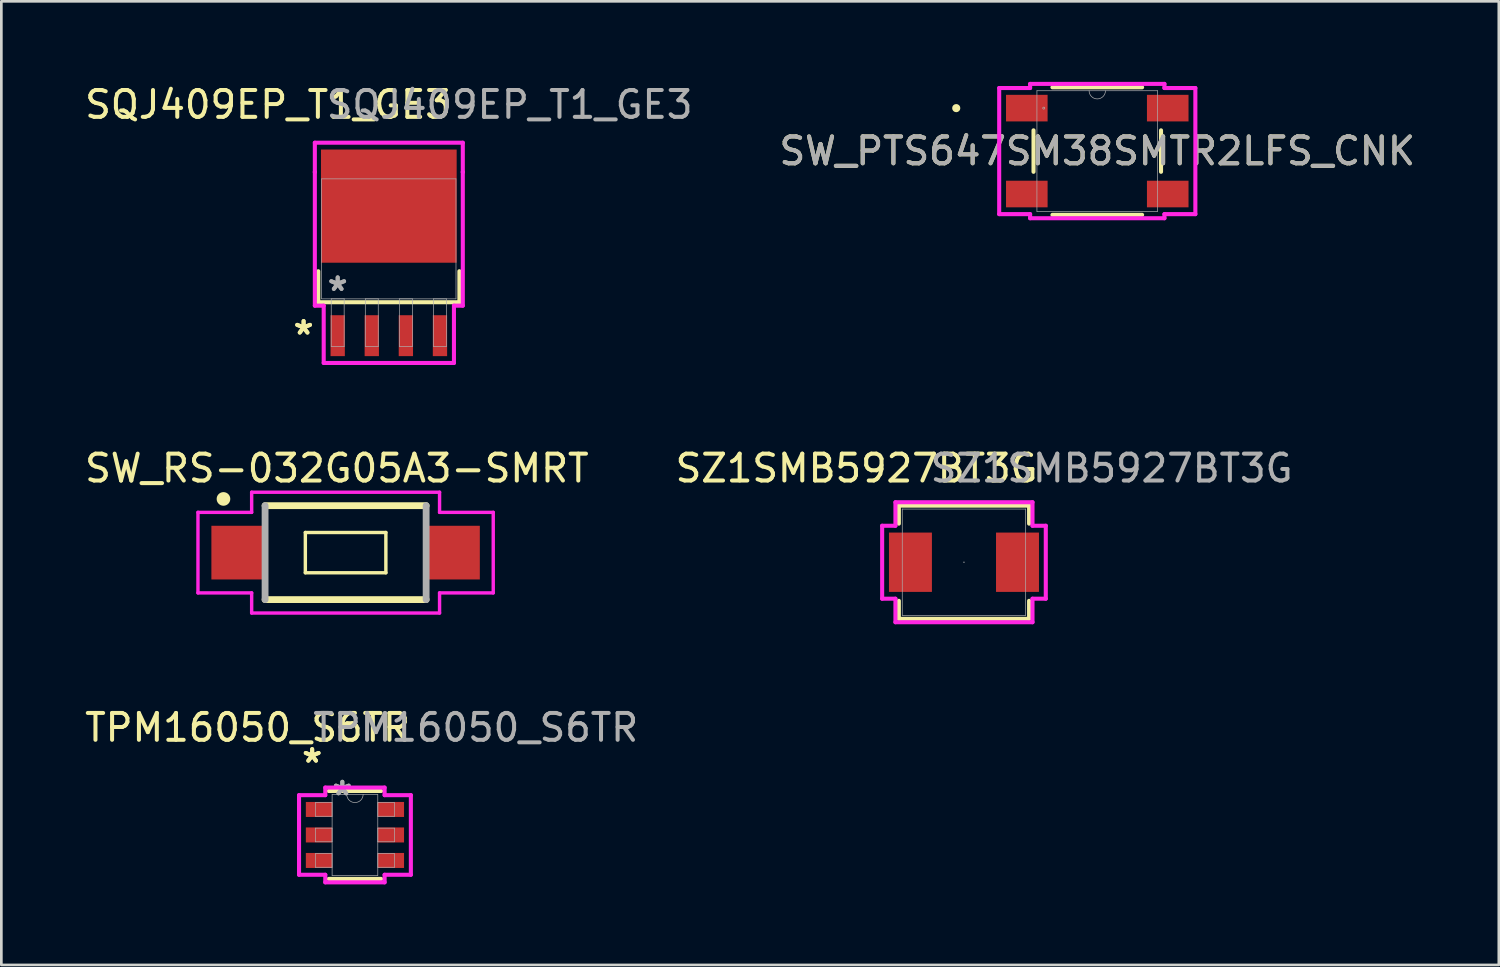
<source format=kicad_pcb>
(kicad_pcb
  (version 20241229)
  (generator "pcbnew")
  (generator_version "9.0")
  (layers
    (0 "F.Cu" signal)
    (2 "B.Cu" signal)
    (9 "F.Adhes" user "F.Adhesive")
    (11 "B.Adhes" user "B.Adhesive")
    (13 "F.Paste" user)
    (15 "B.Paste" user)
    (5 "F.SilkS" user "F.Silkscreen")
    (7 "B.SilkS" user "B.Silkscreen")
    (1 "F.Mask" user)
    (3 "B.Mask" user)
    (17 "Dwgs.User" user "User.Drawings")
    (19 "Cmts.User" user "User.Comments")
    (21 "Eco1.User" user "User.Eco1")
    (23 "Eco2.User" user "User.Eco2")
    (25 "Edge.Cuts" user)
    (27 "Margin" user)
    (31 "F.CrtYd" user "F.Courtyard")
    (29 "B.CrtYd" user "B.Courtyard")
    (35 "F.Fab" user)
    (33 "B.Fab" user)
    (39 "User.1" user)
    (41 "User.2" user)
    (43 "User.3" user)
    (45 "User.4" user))
  (footprint "SZ1SMB5927BT3G"
    (layer "F.Cu")
    (at 32.861 17.895)
    (property "Reference" "SZ1SMB5927BT3G" (at -4 -3.5 0) (unlocked yes) (layer "F.SilkS") (effects (font (size 1 1) (thickness 0.15))))
    (attr smd)
    (fp_line (start -2.426 -2.108) (end -2.426 -1.438) (stroke (width 0.152) (type solid)) (layer "F.SilkS"))
    (fp_line (start -2.426 1.438) (end -2.426 2.108) (stroke (width 0.152) (type solid)) (layer "F.SilkS"))
    (fp_line (start -2.426 2.108) (end 2.426 2.108) (stroke (width 0.152) (type solid)) (layer "F.SilkS"))
    (fp_line (start 2.426 -2.108) (end -2.426 -2.108) (stroke (width 0.152) (type solid)) (layer "F.SilkS"))
    (fp_line (start 2.426 -1.438) (end 2.426 -2.108) (stroke (width 0.152) (type solid)) (layer "F.SilkS"))
    (fp_line (start 2.426 2.108) (end 2.426 1.438) (stroke (width 0.152) (type solid)) (layer "F.SilkS"))
    (fp_line (start -3.048 -1.359) (end -2.553 -1.359) (stroke (width 0.152) (type solid)) (layer "F.CrtYd"))
    (fp_line (start -3.048 1.359) (end -3.048 -1.359) (stroke (width 0.152) (type solid)) (layer "F.CrtYd"))
    (fp_line (start -3.048 1.359) (end -2.553 1.359) (stroke (width 0.152) (type solid)) (layer "F.CrtYd"))
    (fp_line (start -2.553 -2.235) (end 2.553 -2.235) (stroke (width 0.152) (type solid)) (layer "F.CrtYd"))
    (fp_line (start -2.553 -1.359) (end -2.553 -2.235) (stroke (width 0.152) (type solid)) (layer "F.CrtYd"))
    (fp_line (start -2.553 2.235) (end -2.553 1.359) (stroke (width 0.152) (type solid)) (layer "F.CrtYd"))
    (fp_line (start 2.553 -2.235) (end 2.553 -1.359) (stroke (width 0.152) (type solid)) (layer "F.CrtYd"))
    (fp_line (start 2.553 1.359) (end 2.553 2.235) (stroke (width 0.152) (type solid)) (layer "F.CrtYd"))
    (fp_line (start 2.553 2.235) (end -2.553 2.235) (stroke (width 0.152) (type solid)) (layer "F.CrtYd"))
    (fp_line (start 3.048 -1.359) (end 2.553 -1.359) (stroke (width 0.152) (type solid)) (layer "F.CrtYd"))
    (fp_line (start 3.048 -1.359) (end 3.048 1.359) (stroke (width 0.152) (type solid)) (layer "F.CrtYd"))
    (fp_line (start 3.048 1.359) (end 2.553 1.359) (stroke (width 0.152) (type solid)) (layer "F.CrtYd"))
    (fp_line (start -2.299 -1.981) (end -2.299 1.981) (stroke (width 0.025) (type solid)) (layer "F.Fab"))
    (fp_line (start -2.299 1.981) (end 2.299 1.981) (stroke (width 0.025) (type solid)) (layer "F.Fab"))
    (fp_line (start 2.299 -1.981) (end -2.299 -1.981) (stroke (width 0.025) (type solid)) (layer "F.Fab"))
    (fp_line (start 2.299 1.981) (end 2.299 -1.981) (stroke (width 0.025) (type solid)) (layer "F.Fab"))
    (fp_circle (center 0 0) (end 0 0) (stroke (width 0.025) (type solid)) (fill no) (layer "F.Fab"))
    (fp_text user "${REFERENCE}" (at 5.5 -3.5 0) (unlocked yes) (layer "F.Fab") (effects (font (size 1 1) (thickness 0.15))))
    (pad "1" smd rect (at -1.994 0) (size 1.6 2.21) (layers "F.Cu" "F.Mask" "F.Paste"))
    (pad "2" smd rect (at 1.994 0) (size 1.6 2.21) (layers "F.Cu" "F.Mask" "F.Paste")))
  (footprint "TPM16050_S6TR"
    (layer "F.Cu")
    (at 10.173 28.055)
    (property "Reference" "TPM16050_S6TR" (at -4 -4 0) (unlocked yes) (layer "F.SilkS") (effects (font (size 1 1) (thickness 0.15))))
    (attr smd)
    (fp_line (start -0.978 1.638) (end 0.978 1.638) (stroke (width 0.152) (type solid)) (layer "F.SilkS"))
    (fp_line (start 0.978 -1.638) (end -0.978 -1.638) (stroke (width 0.152) (type solid)) (layer "F.SilkS"))
    (fp_line (start -2.083 -1.483) (end -1.105 -1.483) (stroke (width 0.152) (type solid)) (layer "F.CrtYd"))
    (fp_line (start -2.083 1.483) (end -2.083 -1.483) (stroke (width 0.152) (type solid)) (layer "F.CrtYd"))
    (fp_line (start -2.083 1.483) (end -1.105 1.483) (stroke (width 0.152) (type solid)) (layer "F.CrtYd"))
    (fp_line (start -1.105 -1.765) (end 1.105 -1.765) (stroke (width 0.152) (type solid)) (layer "F.CrtYd"))
    (fp_line (start -1.105 -1.483) (end -1.105 -1.765) (stroke (width 0.152) (type solid)) (layer "F.CrtYd"))
    (fp_line (start -1.105 1.765) (end -1.105 1.483) (stroke (width 0.152) (type solid)) (layer "F.CrtYd"))
    (fp_line (start 1.105 -1.765) (end 1.105 -1.483) (stroke (width 0.152) (type solid)) (layer "F.CrtYd"))
    (fp_line (start 1.105 1.483) (end 1.105 1.765) (stroke (width 0.152) (type solid)) (layer "F.CrtYd"))
    (fp_line (start 1.105 1.765) (end -1.105 1.765) (stroke (width 0.152) (type solid)) (layer "F.CrtYd"))
    (fp_line (start 2.083 -1.483) (end 1.105 -1.483) (stroke (width 0.152) (type solid)) (layer "F.CrtYd"))
    (fp_line (start 2.083 -1.483) (end 2.083 1.483) (stroke (width 0.152) (type solid)) (layer "F.CrtYd"))
    (fp_line (start 2.083 1.483) (end 1.105 1.483) (stroke (width 0.152) (type solid)) (layer "F.CrtYd"))
    (fp_line (start -1.473 -1.204) (end -1.473 -0.696) (stroke (width 0.025) (type solid)) (layer "F.Fab"))
    (fp_line (start -1.473 -0.696) (end -0.851 -0.696) (stroke (width 0.025) (type solid)) (layer "F.Fab"))
    (fp_line (start -1.473 -0.254) (end -1.473 0.254) (stroke (width 0.025) (type solid)) (layer "F.Fab"))
    (fp_line (start -1.473 0.254) (end -0.851 0.254) (stroke (width 0.025) (type solid)) (layer "F.Fab"))
    (fp_line (start -1.473 0.696) (end -1.473 1.204) (stroke (width 0.025) (type solid)) (layer "F.Fab"))
    (fp_line (start -1.473 1.204) (end -0.851 1.204) (stroke (width 0.025) (type solid)) (layer "F.Fab"))
    (fp_line (start -0.851 -1.511) (end -0.851 1.511) (stroke (width 0.025) (type solid)) (layer "F.Fab"))
    (fp_line (start -0.851 -1.204) (end -1.473 -1.204) (stroke (width 0.025) (type solid)) (layer "F.Fab"))
    (fp_line (start -0.851 -0.696) (end -0.851 -1.204) (stroke (width 0.025) (type solid)) (layer "F.Fab"))
    (fp_line (start -0.851 -0.254) (end -1.473 -0.254) (stroke (width 0.025) (type solid)) (layer "F.Fab"))
    (fp_line (start -0.851 0.254) (end -0.851 -0.254) (stroke (width 0.025) (type solid)) (layer "F.Fab"))
    (fp_line (start -0.851 0.696) (end -1.473 0.696) (stroke (width 0.025) (type solid)) (layer "F.Fab"))
    (fp_line (start -0.851 1.204) (end -0.851 0.696) (stroke (width 0.025) (type solid)) (layer "F.Fab"))
    (fp_line (start -0.851 1.511) (end 0.851 1.511) (stroke (width 0.025) (type solid)) (layer "F.Fab"))
    (fp_line (start 0.851 -1.511) (end -0.851 -1.511) (stroke (width 0.025) (type solid)) (layer "F.Fab"))
    (fp_line (start 0.851 -1.204) (end 0.851 -0.696) (stroke (width 0.025) (type solid)) (layer "F.Fab"))
    (fp_line (start 0.851 -0.696) (end 1.473 -0.696) (stroke (width 0.025) (type solid)) (layer "F.Fab"))
    (fp_line (start 0.851 -0.254) (end 0.851 0.254) (stroke (width 0.025) (type solid)) (layer "F.Fab"))
    (fp_line (start 0.851 0.254) (end 1.473 0.254) (stroke (width 0.025) (type solid)) (layer "F.Fab"))
    (fp_line (start 0.851 0.696) (end 0.851 1.204) (stroke (width 0.025) (type solid)) (layer "F.Fab"))
    (fp_line (start 0.851 1.204) (end 1.473 1.204) (stroke (width 0.025) (type solid)) (layer "F.Fab"))
    (fp_line (start 0.851 1.511) (end 0.851 -1.511) (stroke (width 0.025) (type solid)) (layer "F.Fab"))
    (fp_line (start 1.473 -1.204) (end 0.851 -1.204) (stroke (width 0.025) (type solid)) (layer "F.Fab"))
    (fp_line (start 1.473 -0.696) (end 1.473 -1.204) (stroke (width 0.025) (type solid)) (layer "F.Fab"))
    (fp_line (start 1.473 -0.254) (end 0.851 -0.254) (stroke (width 0.025) (type solid)) (layer "F.Fab"))
    (fp_line (start 1.473 0.254) (end 1.473 -0.254) (stroke (width 0.025) (type solid)) (layer "F.Fab"))
    (fp_line (start 1.473 0.696) (end 0.851 0.696) (stroke (width 0.025) (type solid)) (layer "F.Fab"))
    (fp_line (start 1.473 1.204) (end 1.473 0.696) (stroke (width 0.025) (type solid)) (layer "F.Fab"))
    (fp_arc (start 0.3048 -1.5113) (mid 0 -1.2065) (end -0.3048 -1.5113) (stroke (width 0.0254) (type solid)) (layer "F.Fab"))
    (fp_text user "*" (at -1.594 -2.652 0) (layer "F.SilkS") (effects (font (size 1 1) (thickness 0.15))))
    (fp_text user "*" (at -1.594 -2.652 0) (unlocked yes) (layer "F.SilkS") (effects (font (size 1 1) (thickness 0.15))))
    (fp_text user "*" (at -0.47 -1.435 0) (layer "F.Fab") (effects (font (size 1 1) (thickness 0.15))))
    (fp_text user "${REFERENCE}" (at 4.5 -4 0) (unlocked yes) (layer "F.Fab") (effects (font (size 1 1) (thickness 0.15))))
    (fp_text user "*" (at -0.47 -1.435 0) (unlocked yes) (layer "F.Fab") (effects (font (size 1 1) (thickness 0.15))))
    (pad "1" smd rect (at -1.34 -0.95) (size 0.978 0.559) (layers "F.Cu" "F.Mask" "F.Paste"))
    (pad "2" smd rect (at -1.34 0) (size 0.978 0.559) (layers "F.Cu" "F.Mask" "F.Paste"))
    (pad "3" smd rect (at -1.34 0.95) (size 0.978 0.559) (layers "F.Cu" "F.Mask" "F.Paste"))
    (pad "4" smd rect (at 1.34 0.95) (size 0.978 0.559) (layers "F.Cu" "F.Mask" "F.Paste"))
    (pad "5" smd rect (at 1.34 0) (size 0.978 0.559) (layers "F.Cu" "F.Mask" "F.Paste"))
    (pad "6" smd rect (at 1.34 -0.95) (size 0.978 0.559) (layers "F.Cu" "F.Mask" "F.Paste")))
  (footprint "SW_PTS647SM38SMTR2LFS_CNK"
    (layer "F.Cu")
    (at 37.827 2.578)
    (property "Reference" "SW_PTS647SM38SMTR2LFS_CNK" (at 0 0 0) (unlocked yes) (layer "F.SilkS") (effects (font (size 1 1) (thickness 0.15))))
    (attr smd)
    (fp_line (start -2.375 -0.772) (end -2.375 0.772) (stroke (width 0.152) (type solid)) (layer "F.SilkS"))
    (fp_line (start -1.67 2.375) (end 1.67 2.375) (stroke (width 0.152) (type solid)) (layer "F.SilkS"))
    (fp_line (start 1.67 -2.375) (end -1.67 -2.375) (stroke (width 0.152) (type solid)) (layer "F.SilkS"))
    (fp_line (start 2.375 0.772) (end 2.375 -0.772) (stroke (width 0.152) (type solid)) (layer "F.SilkS"))
    (fp_circle (center -5.254 -1.6) (end -5.178 -1.6) (stroke (width 0.152) (type solid)) (fill no) (layer "F.SilkS"))
    (fp_line (start -3.654 -2.349) (end -2.502 -2.349) (stroke (width 0.152) (type solid)) (layer "F.CrtYd"))
    (fp_line (start -3.654 2.349) (end -3.654 -2.349) (stroke (width 0.152) (type solid)) (layer "F.CrtYd"))
    (fp_line (start -3.654 2.349) (end -2.502 2.349) (stroke (width 0.152) (type solid)) (layer "F.CrtYd"))
    (fp_line (start -2.502 -2.502) (end 2.502 -2.502) (stroke (width 0.152) (type solid)) (layer "F.CrtYd"))
    (fp_line (start -2.502 -2.349) (end -2.502 -2.502) (stroke (width 0.152) (type solid)) (layer "F.CrtYd"))
    (fp_line (start -2.502 2.502) (end -2.502 2.349) (stroke (width 0.152) (type solid)) (layer "F.CrtYd"))
    (fp_line (start 2.502 -2.502) (end 2.502 -2.349) (stroke (width 0.152) (type solid)) (layer "F.CrtYd"))
    (fp_line (start 2.502 2.349) (end 2.502 2.502) (stroke (width 0.152) (type solid)) (layer "F.CrtYd"))
    (fp_line (start 2.502 2.502) (end -2.502 2.502) (stroke (width 0.152) (type solid)) (layer "F.CrtYd"))
    (fp_line (start 3.654 -2.349) (end 2.502 -2.349) (stroke (width 0.152) (type solid)) (layer "F.CrtYd"))
    (fp_line (start 3.654 -2.349) (end 3.654 2.349) (stroke (width 0.152) (type solid)) (layer "F.CrtYd"))
    (fp_line (start 3.654 2.349) (end 2.502 2.349) (stroke (width 0.152) (type solid)) (layer "F.CrtYd"))
    (fp_line (start -2.248 -2.248) (end -2.248 2.248) (stroke (width 0.025) (type solid)) (layer "F.Fab"))
    (fp_line (start -2.248 2.248) (end 2.248 2.248) (stroke (width 0.025) (type solid)) (layer "F.Fab"))
    (fp_line (start 2.248 -2.248) (end -2.248 -2.248) (stroke (width 0.025) (type solid)) (layer "F.Fab"))
    (fp_line (start 2.248 2.248) (end 2.248 -2.248) (stroke (width 0.025) (type solid)) (layer "F.Fab"))
    (fp_arc (start 0.3048 -2.2479) (mid 0 -1.9431) (end -0.3048 -2.2479) (stroke (width 0.0254) (type solid)) (layer "F.Fab"))
    (fp_circle (center -1.994 -1.6) (end -1.956 -1.6) (stroke (width 0.025) (type solid)) (fill no) (layer "F.Fab"))
    (fp_text user "${REFERENCE}" (at 0 0 0) (unlocked yes) (layer "F.Fab") (effects (font (size 1 1) (thickness 0.15))))
    (pad "1" smd rect (at -2.625 -1.6) (size 1.549 0.991) (layers "F.Cu" "F.Mask" "F.Paste"))
    (pad "2" smd rect (at 2.625 -1.6) (size 1.549 0.991) (layers "F.Cu" "F.Mask" "F.Paste"))
    (pad "3" smd rect (at -2.625 1.6) (size 1.549 0.991) (layers "F.Cu" "F.Mask" "F.Paste"))
    (pad "4" smd rect (at 2.625 1.6) (size 1.549 0.991) (layers "F.Cu" "F.Mask" "F.Paste")))
  (footprint "SW_RS-032G05A3-SMRT"
    (layer "F.Cu")
    (at 9.825 17.537)
    (property "Reference" "SW_RS-032G05A3-SMRT" (at -0.326 -3.141 0) (layer "F.SilkS") (effects (font (size 1.002 1.002) (thickness 0.15))))
    (attr smd)
    (fp_line (start -3 1.75) (end 3 1.75) (stroke (width 0.254) (type solid)) (layer "F.SilkS"))
    (fp_line (start -1.5 -0.75) (end -1.5 0.75) (stroke (width 0.127) (type solid)) (layer "F.SilkS"))
    (fp_line (start -1.5 0.75) (end 1.5 0.75) (stroke (width 0.127) (type solid)) (layer "F.SilkS"))
    (fp_line (start 1.5 -0.75) (end -1.5 -0.75) (stroke (width 0.127) (type solid)) (layer "F.SilkS"))
    (fp_line (start 1.5 0.75) (end 1.5 -0.75) (stroke (width 0.127) (type solid)) (layer "F.SilkS"))
    (fp_line (start 3 -1.75) (end -3 -1.75) (stroke (width 0.254) (type solid)) (layer "F.SilkS"))
    (fp_circle (center -4.55 -2) (end -4.296 -2) (stroke (width 0) (type solid)) (fill yes) (layer "F.SilkS"))
    (fp_line (start -5.5 -1.5) (end -3.5 -1.5) (stroke (width 0.127) (type solid)) (layer "F.CrtYd"))
    (fp_line (start -5.5 1.5) (end -5.5 -1.5) (stroke (width 0.127) (type solid)) (layer "F.CrtYd"))
    (fp_line (start -3.5 -2.25) (end 3.5 -2.25) (stroke (width 0.127) (type solid)) (layer "F.CrtYd"))
    (fp_line (start -3.5 -1.5) (end -3.5 -2.25) (stroke (width 0.127) (type solid)) (layer "F.CrtYd"))
    (fp_line (start -3.5 1.5) (end -5.5 1.5) (stroke (width 0.127) (type solid)) (layer "F.CrtYd"))
    (fp_line (start -3.5 2.25) (end -3.5 1.5) (stroke (width 0.127) (type solid)) (layer "F.CrtYd"))
    (fp_line (start 3.5 -2.25) (end 3.5 -1.5) (stroke (width 0.127) (type solid)) (layer "F.CrtYd"))
    (fp_line (start 3.5 -1.5) (end 5.5 -1.5) (stroke (width 0.127) (type solid)) (layer "F.CrtYd"))
    (fp_line (start 3.5 1.5) (end 3.5 2.25) (stroke (width 0.127) (type solid)) (layer "F.CrtYd"))
    (fp_line (start 3.5 2.25) (end -3.5 2.25) (stroke (width 0.127) (type solid)) (layer "F.CrtYd"))
    (fp_line (start 5.5 -1.5) (end 5.5 1.5) (stroke (width 0.127) (type solid)) (layer "F.CrtYd"))
    (fp_line (start 5.5 1.5) (end 3.5 1.5) (stroke (width 0.127) (type solid)) (layer "F.CrtYd"))
    (fp_line (start -3 -1.75) (end -3 1.75) (stroke (width 0.254) (type solid)) (layer "F.Fab"))
    (fp_line (start 3 1.75) (end 3 -1.75) (stroke (width 0.254) (type solid)) (layer "F.Fab"))
    (pad "1" smd rect (at -4 0) (size 2 2) (layers "F.Cu" "F.Mask" "F.Paste"))
    (pad "2" smd rect (at 4 0) (size 2 2) (layers "F.Cu" "F.Mask" "F.Paste")))
  (footprint "SQJ409EP_T1_GE3"
    (layer "F.Cu")
    (at 11.435 5.848)
    (property "Reference" "SQJ409EP_T1_GE3" (at -4.5 -5 0) (unlocked yes) (layer "F.SilkS") (effects (font (size 1 1) (thickness 0.15))))
    (attr smd)
    (fp_line (start -2.629 1.206) (end -2.629 2.362) (stroke (width 0.152) (type solid)) (layer "F.SilkS"))
    (fp_line (start -2.629 2.362) (end 2.629 2.362) (stroke (width 0.152) (type solid)) (layer "F.SilkS"))
    (fp_line (start 2.629 2.362) (end 2.629 1.206) (stroke (width 0.152) (type solid)) (layer "F.SilkS"))
    (fp_line (start -2.756 -3.581) (end 2.756 -3.581) (stroke (width 0.152) (type solid)) (layer "F.CrtYd"))
    (fp_line (start -2.756 -2.489) (end -2.756 -3.581) (stroke (width 0.152) (type solid)) (layer "F.CrtYd"))
    (fp_line (start -2.756 -2.489) (end -2.756 -2.489) (stroke (width 0.152) (type solid)) (layer "F.CrtYd"))
    (fp_line (start -2.756 2.489) (end -2.756 -2.489) (stroke (width 0.152) (type solid)) (layer "F.CrtYd"))
    (fp_line (start -2.426 2.489) (end -2.756 2.489) (stroke (width 0.152) (type solid)) (layer "F.CrtYd"))
    (fp_line (start -2.426 4.623) (end -2.426 2.489) (stroke (width 0.152) (type solid)) (layer "F.CrtYd"))
    (fp_line (start 2.426 2.489) (end 2.426 4.623) (stroke (width 0.152) (type solid)) (layer "F.CrtYd"))
    (fp_line (start 2.426 4.623) (end -2.426 4.623) (stroke (width 0.152) (type solid)) (layer "F.CrtYd"))
    (fp_line (start 2.756 -3.581) (end 2.756 -2.489) (stroke (width 0.152) (type solid)) (layer "F.CrtYd"))
    (fp_line (start 2.756 -2.489) (end 2.756 -2.489) (stroke (width 0.152) (type solid)) (layer "F.CrtYd"))
    (fp_line (start 2.756 -2.489) (end 2.756 2.489) (stroke (width 0.152) (type solid)) (layer "F.CrtYd"))
    (fp_line (start 2.756 2.489) (end 2.426 2.489) (stroke (width 0.152) (type solid)) (layer "F.CrtYd"))
    (fp_line (start -2.502 -2.235) (end -2.502 2.235) (stroke (width 0.025) (type solid)) (layer "F.Fab"))
    (fp_line (start -2.502 2.235) (end 2.502 2.235) (stroke (width 0.025) (type solid)) (layer "F.Fab"))
    (fp_line (start -2.146 2.235) (end -2.146 4.013) (stroke (width 0.025) (type solid)) (layer "F.Fab"))
    (fp_line (start -2.146 4.013) (end -1.664 4.013) (stroke (width 0.025) (type solid)) (layer "F.Fab"))
    (fp_line (start -1.664 2.235) (end -2.146 2.235) (stroke (width 0.025) (type solid)) (layer "F.Fab"))
    (fp_line (start -1.664 4.013) (end -1.664 2.235) (stroke (width 0.025) (type solid)) (layer "F.Fab"))
    (fp_line (start -0.876 2.235) (end -0.876 4.013) (stroke (width 0.025) (type solid)) (layer "F.Fab"))
    (fp_line (start -0.876 4.013) (end -0.394 4.013) (stroke (width 0.025) (type solid)) (layer "F.Fab"))
    (fp_line (start -0.394 2.235) (end -0.876 2.235) (stroke (width 0.025) (type solid)) (layer "F.Fab"))
    (fp_line (start -0.394 4.013) (end -0.394 2.235) (stroke (width 0.025) (type solid)) (layer "F.Fab"))
    (fp_line (start 0.394 2.235) (end 0.394 4.013) (stroke (width 0.025) (type solid)) (layer "F.Fab"))
    (fp_line (start 0.394 4.013) (end 0.876 4.013) (stroke (width 0.025) (type solid)) (layer "F.Fab"))
    (fp_line (start 0.876 2.235) (end 0.394 2.235) (stroke (width 0.025) (type solid)) (layer "F.Fab"))
    (fp_line (start 0.876 4.013) (end 0.876 2.235) (stroke (width 0.025) (type solid)) (layer "F.Fab"))
    (fp_line (start 1.664 2.235) (end 1.664 4.013) (stroke (width 0.025) (type solid)) (layer "F.Fab"))
    (fp_line (start 1.664 4.013) (end 2.146 4.013) (stroke (width 0.025) (type solid)) (layer "F.Fab"))
    (fp_line (start 2.146 2.235) (end 1.664 2.235) (stroke (width 0.025) (type solid)) (layer "F.Fab"))
    (fp_line (start 2.146 4.013) (end 2.146 2.235) (stroke (width 0.025) (type solid)) (layer "F.Fab"))
    (fp_line (start 2.502 -2.235) (end -2.502 -2.235) (stroke (width 0.025) (type solid)) (layer "F.Fab"))
    (fp_line (start 2.502 2.235) (end 2.502 -2.235) (stroke (width 0.025) (type solid)) (layer "F.Fab"))
    (fp_text user "*" (at -3.175 3.607 0) (layer "F.SilkS") (effects (font (size 1 1) (thickness 0.15))))
    (fp_text user "*" (at -3.175 3.607 0) (unlocked yes) (layer "F.SilkS") (effects (font (size 1 1) (thickness 0.15))))
    (fp_text user "*" (at -1.905 1.981 0) (unlocked yes) (layer "F.Fab") (effects (font (size 1 1) (thickness 0.15))))
    (fp_text user "*" (at -1.905 1.981 0) (layer "F.Fab") (effects (font (size 1 1) (thickness 0.15))))
    (fp_text user "${REFERENCE}" (at 4.5 -5 0) (unlocked yes) (layer "F.Fab") (effects (font (size 1 1) (thickness 0.15))))
    (pad "1" smd rect (at -1.905 3.607) (size 0.533 1.524) (layers "F.Cu" "F.Mask" "F.Paste"))
    (pad "2" smd rect (at -0.635 3.607) (size 0.533 1.524) (layers "F.Cu" "F.Mask" "F.Paste"))
    (pad "3" smd rect (at 0.635 3.607) (size 0.533 1.524) (layers "F.Cu" "F.Mask" "F.Paste"))
    (pad "4" smd rect (at 1.905 3.607) (size 0.533 1.524) (layers "F.Cu" "F.Mask" "F.Paste"))
    (pad "5" smd rect (at 0 -1.219) (size 5.055 4.216) (layers "F.Cu" "F.Mask" "F.Paste")))
  (gr_rect
    (start -3 -3)
    (end 52.786 32.897)
    (stroke (width 0.1) (type default))
    (fill no)
    (layer "Edge.Cuts")))
</source>
